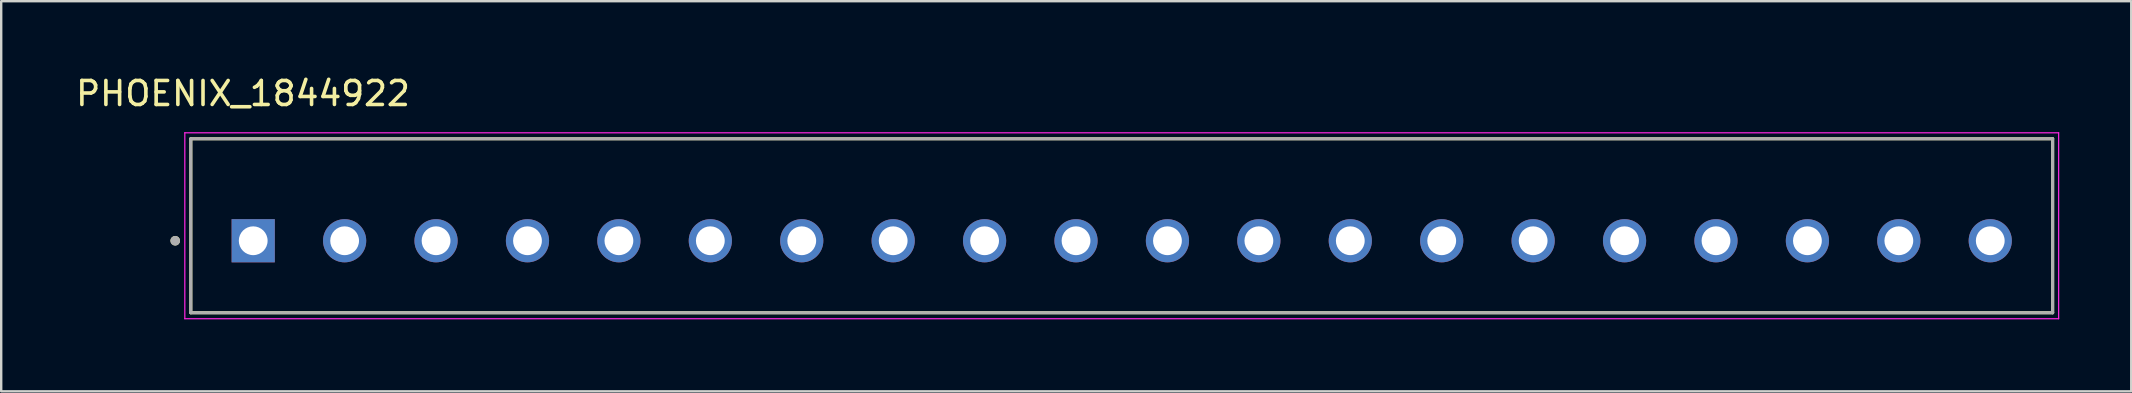
<source format=kicad_pcb>
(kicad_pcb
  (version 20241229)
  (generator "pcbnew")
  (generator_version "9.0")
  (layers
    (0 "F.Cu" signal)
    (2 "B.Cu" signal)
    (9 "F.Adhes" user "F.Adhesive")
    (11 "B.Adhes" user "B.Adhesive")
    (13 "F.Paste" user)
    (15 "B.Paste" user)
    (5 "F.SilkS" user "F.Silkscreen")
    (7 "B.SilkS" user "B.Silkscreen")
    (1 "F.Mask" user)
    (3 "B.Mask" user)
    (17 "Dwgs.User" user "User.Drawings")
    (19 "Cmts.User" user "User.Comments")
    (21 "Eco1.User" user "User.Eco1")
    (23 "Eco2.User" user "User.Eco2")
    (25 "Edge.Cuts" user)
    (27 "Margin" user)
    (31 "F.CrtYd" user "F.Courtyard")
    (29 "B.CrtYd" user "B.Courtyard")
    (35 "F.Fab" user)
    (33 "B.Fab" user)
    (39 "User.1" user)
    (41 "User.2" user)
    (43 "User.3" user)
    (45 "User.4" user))
  (footprint "PHOENIX_1844922"
    (layer "F.Cu")
    (at 4.902 9.983)
    (property "Reference" "PHOENIX_1844922" (at 2.175 -9.135 0) (layer "F.SilkS") (effects (font (size 1 1) (thickness 0.15))))
    (attr through_hole)
    (fp_line (start 0 0) (end 0 -7.25) (stroke (width 0.127) (type solid)) (layer "F.SilkS"))
    (fp_line (start 77.59 -7.25) (end 0 -7.25) (stroke (width 0.127) (type solid)) (layer "F.SilkS"))
    (fp_line (start 77.59 -7.25) (end 77.59 0) (stroke (width 0.127) (type solid)) (layer "F.SilkS"))
    (fp_line (start 77.59 0) (end 0 0) (stroke (width 0.127) (type solid)) (layer "F.SilkS"))
    (fp_circle (center -0.65 -3) (end -0.55 -3) (stroke (width 0.2) (type solid)) (fill no) (layer "F.SilkS"))
    (fp_line (start -0.25 -7.5) (end 77.84 -7.5) (stroke (width 0.05) (type solid)) (layer "F.CrtYd"))
    (fp_line (start -0.25 0.25) (end -0.25 -7.5) (stroke (width 0.05) (type solid)) (layer "F.CrtYd"))
    (fp_line (start 77.84 -7.5) (end 77.84 0.25) (stroke (width 0.05) (type solid)) (layer "F.CrtYd"))
    (fp_line (start 77.84 0.25) (end -0.25 0.25) (stroke (width 0.05) (type solid)) (layer "F.CrtYd"))
    (fp_line (start 0 -7.25) (end 77.59 -7.25) (stroke (width 0.127) (type solid)) (layer "F.Fab"))
    (fp_line (start 0 0) (end 0 -7.25) (stroke (width 0.127) (type solid)) (layer "F.Fab"))
    (fp_line (start 77.59 -7.25) (end 77.59 0) (stroke (width 0.127) (type solid)) (layer "F.Fab"))
    (fp_line (start 77.59 0) (end 0 0) (stroke (width 0.127) (type solid)) (layer "F.Fab"))
    (fp_circle (center -0.65 -3) (end -0.55 -3) (stroke (width 0.2) (type solid)) (fill no) (layer "F.Fab"))
    (pad "01" thru_hole rect (at 2.6 -3) (size 1.8 1.8) (drill 1.2) (layers "*.Cu" "*.Mask"))
    (pad "02" thru_hole circle (at 6.41 -3) (size 1.8 1.8) (drill 1.2) (layers "*.Cu" "*.Mask"))
    (pad "03" thru_hole circle (at 10.22 -3) (size 1.8 1.8) (drill 1.2) (layers "*.Cu" "*.Mask"))
    (pad "04" thru_hole circle (at 14.03 -3) (size 1.8 1.8) (drill 1.2) (layers "*.Cu" "*.Mask"))
    (pad "05" thru_hole circle (at 17.84 -3) (size 1.8 1.8) (drill 1.2) (layers "*.Cu" "*.Mask"))
    (pad "06" thru_hole circle (at 21.65 -3) (size 1.8 1.8) (drill 1.2) (layers "*.Cu" "*.Mask"))
    (pad "07" thru_hole circle (at 25.46 -3) (size 1.8 1.8) (drill 1.2) (layers "*.Cu" "*.Mask"))
    (pad "08" thru_hole circle (at 29.27 -3) (size 1.8 1.8) (drill 1.2) (layers "*.Cu" "*.Mask"))
    (pad "09" thru_hole circle (at 33.08 -3) (size 1.8 1.8) (drill 1.2) (layers "*.Cu" "*.Mask"))
    (pad "10" thru_hole circle (at 36.89 -3) (size 1.8 1.8) (drill 1.2) (layers "*.Cu" "*.Mask"))
    (pad "11" thru_hole circle (at 40.7 -3) (size 1.8 1.8) (drill 1.2) (layers "*.Cu" "*.Mask"))
    (pad "12" thru_hole circle (at 44.51 -3) (size 1.8 1.8) (drill 1.2) (layers "*.Cu" "*.Mask"))
    (pad "13" thru_hole circle (at 48.32 -3) (size 1.8 1.8) (drill 1.2) (layers "*.Cu" "*.Mask"))
    (pad "14" thru_hole circle (at 52.13 -3) (size 1.8 1.8) (drill 1.2) (layers "*.Cu" "*.Mask"))
    (pad "15" thru_hole circle (at 55.94 -3) (size 1.8 1.8) (drill 1.2) (layers "*.Cu" "*.Mask"))
    (pad "16" thru_hole circle (at 59.75 -3) (size 1.8 1.8) (drill 1.2) (layers "*.Cu" "*.Mask"))
    (pad "17" thru_hole circle (at 63.56 -3) (size 1.8 1.8) (drill 1.2) (layers "*.Cu" "*.Mask"))
    (pad "18" thru_hole circle (at 67.37 -3) (size 1.8 1.8) (drill 1.2) (layers "*.Cu" "*.Mask"))
    (pad "19" thru_hole circle (at 71.18 -3) (size 1.8 1.8) (drill 1.2) (layers "*.Cu" "*.Mask"))
    (pad "20" thru_hole circle (at 74.99 -3) (size 1.8 1.8) (drill 1.2) (layers "*.Cu" "*.Mask")))
  (gr_rect
    (start -3 -3)
    (end 85.767 13.258)
    (stroke (width 0.1) (type default))
    (fill no)
    (layer "Edge.Cuts")))
</source>
